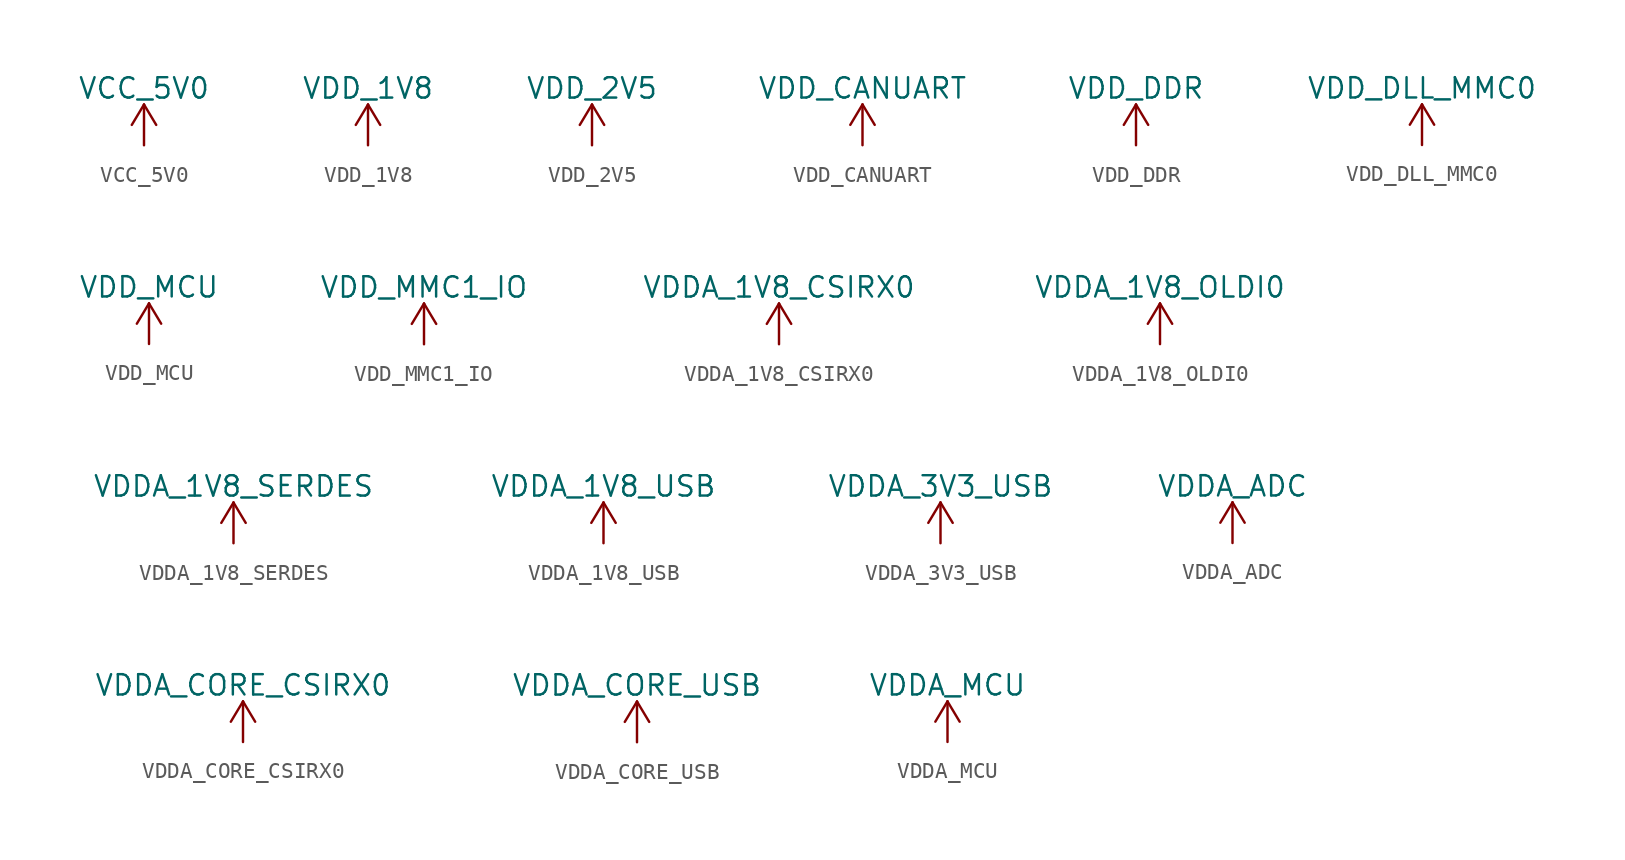
<source format=kicad_sym>
(kicad_symbol_lib
  (version 20220914)
  (generator kicad_symbol_editor)
  (symbol "VCC_5V0"
    (power)
    (pin_numbers hide)
    (pin_names hide)
    (property "Reference" "#PWR"
      (at 0 -12.446 90)
      (effects (font (size 1.27 1.27)) hide))
    (property "Value" "VCC_5V0"
      (at 0 3.556 0)
      (effects (font (size 1.27 1.27))))
    (symbol "VCC_5V0_0_1"
      (polyline (pts (xy -0.762 1.27) (xy 0 2.54)) (stroke (width 0) (type default)) (fill (type none)))
      (polyline (pts (xy 0 0) (xy 0 2.54)) (stroke (width 0) (type default)) (fill (type none)))
      (polyline (pts (xy 0 2.54) (xy 0.762 1.27)) (stroke (width 0) (type default)) (fill (type none))))
    (symbol "VCC_5V0_1_1"
      (pin power_in line (at 0 0 90) (length 0) hide (name "VCC_5V0" (effects (font (size 1.27 1.27)))) (number "1" (effects (font (size 1.27 1.27)))))))
  (symbol "VDD_1V8"
    (power)
    (pin_numbers hide)
    (pin_names hide)
    (property "Reference" "#PWR"
      (at -4.318 -1.016 0)
      (effects (font (size 1.27 1.27)) hide))
    (property "Value" "VDD_1V8"
      (at 0 3.556 0)
      (effects (font (size 1.27 1.27))))
    (symbol "VDD_1V8_0_1"
      (polyline (pts (xy -0.762 1.27) (xy 0 2.54)) (stroke (width 0) (type default)) (fill (type none)))
      (polyline (pts (xy 0 0) (xy 0 2.54)) (stroke (width 0) (type default)) (fill (type none)))
      (polyline (pts (xy 0 2.54) (xy 0.762 1.27)) (stroke (width 0) (type default)) (fill (type none))))
    (symbol "VDD_1V8_1_1"
      (pin power_in line (at 0 0 90) (length 0) hide (name "VDD_1V8" (effects (font (size 1.27 1.27)))) (number "1" (effects (font (size 1.27 1.27)))))))
  (symbol "VDD_2V5"
    (power)
    (property "Reference" "#PWR"
      (at 0 -12.446 90)
      (effects (font (size 1.27 1.27)) hide))
    (property "Value" "VDD_2V5"
      (at 0 3.556 0)
      (effects (font (size 1.27 1.27))))
    (symbol "VDD_2V5_0_1"
      (polyline (pts (xy -0.762 1.27) (xy 0 2.54)) (stroke (width 0) (type default)) (fill (type none)))
      (polyline (pts (xy 0 0) (xy 0 2.54)) (stroke (width 0) (type default)) (fill (type none)))
      (polyline (pts (xy 0 2.54) (xy 0.762 1.27)) (stroke (width 0) (type default)) (fill (type none))))
    (symbol "VDD_2V5_1_1"
      (pin power_in line (at 0 0 90) (length 0) hide (name "VDD_2V5" (effects (font (size 1.27 1.27)))) (number "1" (effects (font (size 1.27 1.27)))))))
  (symbol "VDD_CANUART"
    (power)
    (pin_numbers hide)
    (pin_names hide)
    (property "Reference" "#PWR"
      (at -4.318 -1.016 0)
      (effects (font (size 1.27 1.27)) hide))
    (property "Value" "VDD_CANUART"
      (at 0 3.556 0)
      (effects (font (size 1.27 1.27))))
    (symbol "VDD_CANUART_0_1"
      (polyline (pts (xy -0.762 1.27) (xy 0 2.54)) (stroke (width 0) (type default)) (fill (type none)))
      (polyline (pts (xy 0 0) (xy 0 2.54)) (stroke (width 0) (type default)) (fill (type none)))
      (polyline (pts (xy 0 2.54) (xy 0.762 1.27)) (stroke (width 0) (type default)) (fill (type none))))
    (symbol "VDD_CANUART_1_1"
      (pin power_in line (at 0 0 90) (length 0) hide (name "VDD_CANUART" (effects (font (size 1.27 1.27)))) (number "1" (effects (font (size 1.27 1.27)))))))
  (symbol "VDD_DDR"
    (power)
    (pin_numbers hide)
    (pin_names hide)
    (property "Reference" "#PWR"
      (at -0.254 -1.27 0)
      (effects (font (size 1.27 1.27)) hide))
    (property "Value" "VDD_DDR"
      (at 0 3.556 0)
      (effects (font (size 1.27 1.27))))
    (symbol "VDD_DDR_0_1"
      (polyline (pts (xy -0.762 1.27) (xy 0 2.54)) (stroke (width 0) (type default)) (fill (type none)))
      (polyline (pts (xy 0 0) (xy 0 2.54)) (stroke (width 0) (type default)) (fill (type none)))
      (polyline (pts (xy 0 2.54) (xy 0.762 1.27)) (stroke (width 0) (type default)) (fill (type none))))
    (symbol "VDD_DDR_1_1"
      (pin power_in line (at 0 0 90) (length 0) hide (name "VDD_DDR" (effects (font (size 1.27 1.27)))) (number "1" (effects (font (size 1.27 1.27)))))))
  (symbol "VDD_DLL_MMC0"
    (power)
    (pin_numbers hide)
    (pin_names hide)
    (property "Reference" "#PWR"
      (at -4.318 -1.016 0)
      (effects (font (size 1.27 1.27)) hide))
    (property "Value" "VDD_DLL_MMC0"
      (at 0 3.556 0)
      (effects (font (size 1.27 1.27))))
    (symbol "VDD_DLL_MMC0_0_1"
      (polyline (pts (xy -0.762 1.27) (xy 0 2.54)) (stroke (width 0) (type default)) (fill (type none)))
      (polyline (pts (xy 0 0) (xy 0 2.54)) (stroke (width 0) (type default)) (fill (type none)))
      (polyline (pts (xy 0 2.54) (xy 0.762 1.27)) (stroke (width 0) (type default)) (fill (type none))))
    (symbol "VDD_DLL_MMC0_1_1"
      (pin power_in line (at 0 0 90) (length 0) hide (name "VDD_DLL_MMC0" (effects (font (size 1.27 1.27)))) (number "1" (effects (font (size 1.27 1.27)))))))
  (symbol "VDD_MCU"
    (power)
    (pin_numbers hide)
    (pin_names hide)
    (property "Reference" "#PWR"
      (at 0 -12.446 90)
      (effects (font (size 1.27 1.27)) hide))
    (property "Value" "VDD_MCU"
      (at 0 3.556 0)
      (effects (font (size 1.27 1.27))))
    (symbol "VDD_MCU_0_1"
      (polyline (pts (xy -0.762 1.27) (xy 0 2.54)) (stroke (width 0) (type default)) (fill (type none)))
      (polyline (pts (xy 0 0) (xy 0 2.54)) (stroke (width 0) (type default)) (fill (type none)))
      (polyline (pts (xy 0 2.54) (xy 0.762 1.27)) (stroke (width 0) (type default)) (fill (type none))))
    (symbol "VDD_MCU_1_1"
      (pin power_in line (at 0 0 90) (length 0) hide (name "VDD_MCU" (effects (font (size 1.27 1.27)))) (number "1" (effects (font (size 1.27 1.27)))))))
  (symbol "VDD_MMC1_IO"
    (power)
    (pin_numbers hide)
    (pin_names hide)
    (property "Reference" "#PWR"
      (at -4.318 -1.016 0)
      (effects (font (size 1.27 1.27)) hide))
    (property "Value" "VDD_MMC1_IO"
      (at 0 3.556 0)
      (effects (font (size 1.27 1.27))))
    (symbol "VDD_MMC1_IO_0_1"
      (polyline (pts (xy -0.762 1.27) (xy 0 2.54)) (stroke (width 0) (type default)) (fill (type none)))
      (polyline (pts (xy 0 0) (xy 0 2.54)) (stroke (width 0) (type default)) (fill (type none)))
      (polyline (pts (xy 0 2.54) (xy 0.762 1.27)) (stroke (width 0) (type default)) (fill (type none))))
    (symbol "VDD_MMC1_IO_1_1"
      (pin power_in line (at 0 0 90) (length 0) hide (name "VDD_MMC1_IO" (effects (font (size 1.27 1.27)))) (number "1" (effects (font (size 1.27 1.27)))))))
  (symbol "VDDA_1V8_CSIRX0"
    (power)
    (pin_numbers hide)
    (pin_names hide)
    (property "Reference" "#PWR"
      (at -4.318 -1.016 0)
      (effects (font (size 1.27 1.27)) hide))
    (property "Value" "VDDA_1V8_CSIRX0"
      (at 0 3.556 0)
      (effects (font (size 1.27 1.27))))
    (symbol "VDDA_1V8_CSIRX0_0_1"
      (polyline (pts (xy -0.762 1.27) (xy 0 2.54)) (stroke (width 0) (type default)) (fill (type none)))
      (polyline (pts (xy 0 0) (xy 0 2.54)) (stroke (width 0) (type default)) (fill (type none)))
      (polyline (pts (xy 0 2.54) (xy 0.762 1.27)) (stroke (width 0) (type default)) (fill (type none))))
    (symbol "VDDA_1V8_CSIRX0_1_1"
      (pin power_in line (at 0 0 90) (length 0) hide (name "VDDA_1V8_CSIRX0" (effects (font (size 1.27 1.27)))) (number "1" (effects (font (size 1.27 1.27)))))))
  (symbol "VDDA_1V8_OLDI0"
    (power)
    (pin_numbers hide)
    (pin_names hide)
    (property "Reference" "#PWR"
      (at -4.318 -1.016 0)
      (effects (font (size 1.27 1.27)) hide))
    (property "Value" "VDDA_1V8_OLDI0"
      (at 0 3.556 0)
      (effects (font (size 1.27 1.27))))
    (symbol "VDDA_1V8_OLDI0_0_1"
      (polyline (pts (xy -0.762 1.27) (xy 0 2.54)) (stroke (width 0) (type default)) (fill (type none)))
      (polyline (pts (xy 0 0) (xy 0 2.54)) (stroke (width 0) (type default)) (fill (type none)))
      (polyline (pts (xy 0 2.54) (xy 0.762 1.27)) (stroke (width 0) (type default)) (fill (type none))))
    (symbol "VDDA_1V8_OLDI0_1_1"
      (pin power_in line (at 0 0 90) (length 0) hide (name "VDDA_1V8_OLDI0" (effects (font (size 1.27 1.27)))) (number "1" (effects (font (size 1.27 1.27)))))))
  (symbol "VDDA_1V8_SERDES"
    (power)
    (pin_numbers hide)
    (pin_names hide)
    (property "Reference" "#PWR"
      (at -4.318 -1.016 0)
      (effects (font (size 1.27 1.27)) hide))
    (property "Value" "VDDA_1V8_SERDES"
      (at 0 3.556 0)
      (effects (font (size 1.27 1.27))))
    (symbol "VDDA_1V8_SERDES_0_1"
      (polyline (pts (xy -0.762 1.27) (xy 0 2.54)) (stroke (width 0) (type default)) (fill (type none)))
      (polyline (pts (xy 0 0) (xy 0 2.54)) (stroke (width 0) (type default)) (fill (type none)))
      (polyline (pts (xy 0 2.54) (xy 0.762 1.27)) (stroke (width 0) (type default)) (fill (type none))))
    (symbol "VDDA_1V8_SERDES_1_1"
      (pin power_in line (at 0 0 90) (length 0) hide (name "VDDA_1V8_SERDES" (effects (font (size 1.27 1.27)))) (number "1" (effects (font (size 1.27 1.27)))))))
  (symbol "VDDA_1V8_USB"
    (power)
    (pin_numbers hide)
    (pin_names hide)
    (property "Reference" "#PWR"
      (at -4.318 -1.016 0)
      (effects (font (size 1.27 1.27)) hide))
    (property "Value" "VDDA_1V8_USB"
      (at 0 3.556 0)
      (effects (font (size 1.27 1.27))))
    (symbol "VDDA_1V8_USB_0_1"
      (polyline (pts (xy -0.762 1.27) (xy 0 2.54)) (stroke (width 0) (type default)) (fill (type none)))
      (polyline (pts (xy 0 0) (xy 0 2.54)) (stroke (width 0) (type default)) (fill (type none)))
      (polyline (pts (xy 0 2.54) (xy 0.762 1.27)) (stroke (width 0) (type default)) (fill (type none))))
    (symbol "VDDA_1V8_USB_1_1"
      (pin power_in line (at 0 0 90) (length 0) hide (name "VDDA_1V8_USB" (effects (font (size 1.27 1.27)))) (number "1" (effects (font (size 1.27 1.27)))))))
  (symbol "VDDA_3V3_USB"
    (power)
    (pin_numbers hide)
    (pin_names hide)
    (property "Reference" "#PWR"
      (at -4.318 -1.016 0)
      (effects (font (size 1.27 1.27)) hide))
    (property "Value" "VDDA_3V3_USB"
      (at 0 3.556 0)
      (effects (font (size 1.27 1.27))))
    (symbol "VDDA_3V3_USB_0_1"
      (polyline (pts (xy -0.762 1.27) (xy 0 2.54)) (stroke (width 0) (type default)) (fill (type none)))
      (polyline (pts (xy 0 0) (xy 0 2.54)) (stroke (width 0) (type default)) (fill (type none)))
      (polyline (pts (xy 0 2.54) (xy 0.762 1.27)) (stroke (width 0) (type default)) (fill (type none))))
    (symbol "VDDA_3V3_USB_1_1"
      (pin power_in line (at 0 0 90) (length 0) hide (name "VDDA_3V3_USB" (effects (font (size 1.27 1.27)))) (number "1" (effects (font (size 1.27 1.27)))))))
  (symbol "VDDA_ADC"
    (power)
    (pin_numbers hide)
    (pin_names hide)
    (property "Reference" "#PWR"
      (at -4.318 -1.016 0)
      (effects (font (size 1.27 1.27)) hide))
    (property "Value" "VDDA_ADC"
      (at 0 3.556 0)
      (effects (font (size 1.27 1.27))))
    (symbol "VDDA_ADC_0_1"
      (polyline (pts (xy -0.762 1.27) (xy 0 2.54)) (stroke (width 0) (type default)) (fill (type none)))
      (polyline (pts (xy 0 0) (xy 0 2.54)) (stroke (width 0) (type default)) (fill (type none)))
      (polyline (pts (xy 0 2.54) (xy 0.762 1.27)) (stroke (width 0) (type default)) (fill (type none))))
    (symbol "VDDA_ADC_1_1"
      (pin power_in line (at 0 0 90) (length 0) hide (name "VDDA_ADC" (effects (font (size 1.27 1.27)))) (number "1" (effects (font (size 1.27 1.27)))))))
  (symbol "VDDA_CORE_CSIRX0"
    (power)
    (pin_numbers hide)
    (pin_names hide)
    (property "Reference" "#PWR"
      (at -4.318 -1.016 0)
      (effects (font (size 1.27 1.27)) hide))
    (property "Value" "VDDA_CORE_CSIRX0"
      (at 0 3.556 0)
      (effects (font (size 1.27 1.27))))
    (symbol "VDDA_CORE_CSIRX0_0_1"
      (polyline (pts (xy -0.762 1.27) (xy 0 2.54)) (stroke (width 0) (type default)) (fill (type none)))
      (polyline (pts (xy 0 0) (xy 0 2.54)) (stroke (width 0) (type default)) (fill (type none)))
      (polyline (pts (xy 0 2.54) (xy 0.762 1.27)) (stroke (width 0) (type default)) (fill (type none))))
    (symbol "VDDA_CORE_CSIRX0_1_1"
      (pin power_in line (at 0 0 90) (length 0) hide (name "VDDA_CORE_CSIRX0" (effects (font (size 1.27 1.27)))) (number "1" (effects (font (size 1.27 1.27)))))))
  (symbol "VDDA_CORE_USB"
    (power)
    (pin_numbers hide)
    (pin_names hide)
    (property "Reference" "#PWR"
      (at -4.318 -1.016 0)
      (effects (font (size 1.27 1.27)) hide))
    (property "Value" "VDDA_CORE_USB"
      (at 0 3.556 0)
      (effects (font (size 1.27 1.27))))
    (symbol "VDDA_CORE_USB_0_1"
      (polyline (pts (xy -0.762 1.27) (xy 0 2.54)) (stroke (width 0) (type default)) (fill (type none)))
      (polyline (pts (xy 0 0) (xy 0 2.54)) (stroke (width 0) (type default)) (fill (type none)))
      (polyline (pts (xy 0 2.54) (xy 0.762 1.27)) (stroke (width 0) (type default)) (fill (type none))))
    (symbol "VDDA_CORE_USB_1_1"
      (pin power_in line (at 0 0 90) (length 0) hide (name "VDDA_CORE_USB" (effects (font (size 1.27 1.27)))) (number "1" (effects (font (size 1.27 1.27)))))))
  (symbol "VDDA_MCU"
    (power)
    (pin_numbers hide)
    (pin_names hide)
    (property "Reference" "#PWR"
      (at -4.318 -1.016 0)
      (effects (font (size 1.27 1.27)) hide))
    (property "Value" "VDDA_MCU"
      (at 0 3.556 0)
      (effects (font (size 1.27 1.27))))
    (symbol "VDDA_MCU_0_1"
      (polyline (pts (xy -0.762 1.27) (xy 0 2.54)) (stroke (width 0) (type default)) (fill (type none)))
      (polyline (pts (xy 0 0) (xy 0 2.54)) (stroke (width 0) (type default)) (fill (type none)))
      (polyline (pts (xy 0 2.54) (xy 0.762 1.27)) (stroke (width 0) (type default)) (fill (type none))))
    (symbol "VDDA_MCU_1_1"
      (pin power_in line (at 0 0 90) (length 0) hide (name "VDDA_MCU" (effects (font (size 1.27 1.27)))) (number "1" (effects (font (size 1.27 1.27))))))))
</source>
